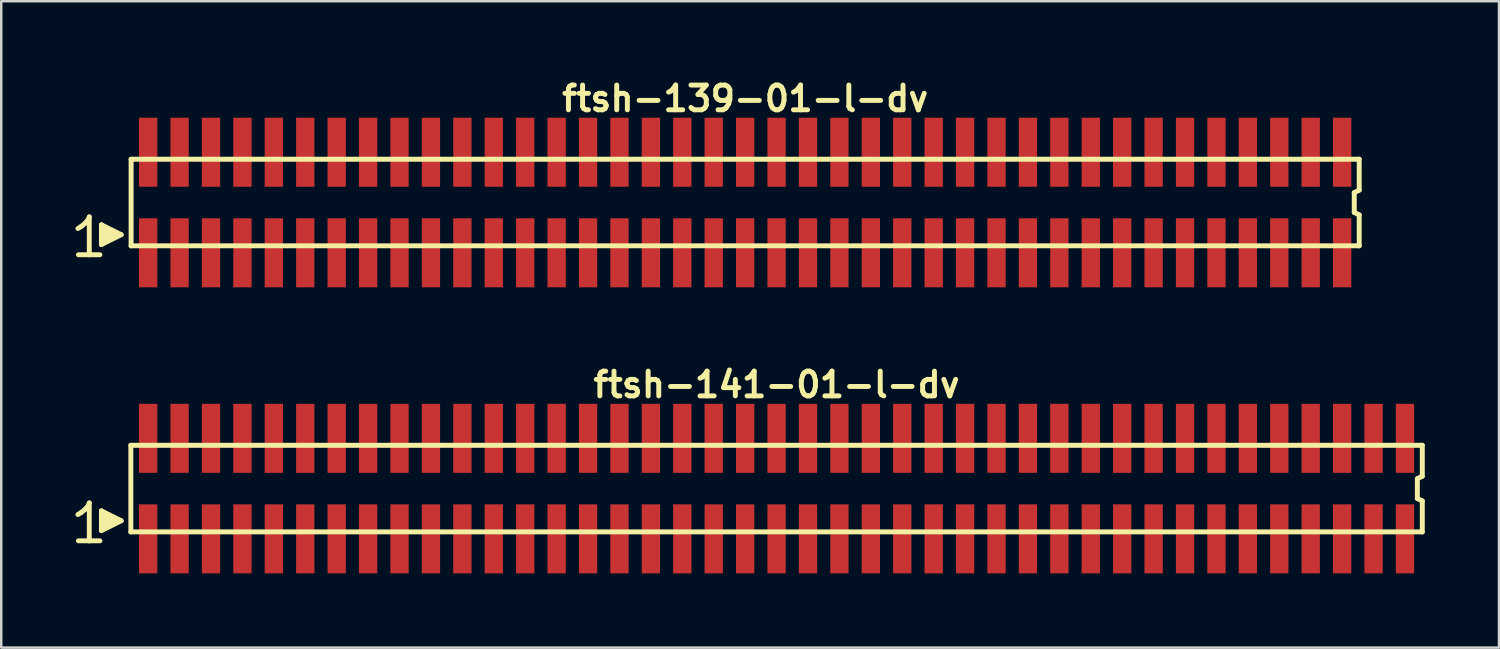
<source format=kicad_pcb>
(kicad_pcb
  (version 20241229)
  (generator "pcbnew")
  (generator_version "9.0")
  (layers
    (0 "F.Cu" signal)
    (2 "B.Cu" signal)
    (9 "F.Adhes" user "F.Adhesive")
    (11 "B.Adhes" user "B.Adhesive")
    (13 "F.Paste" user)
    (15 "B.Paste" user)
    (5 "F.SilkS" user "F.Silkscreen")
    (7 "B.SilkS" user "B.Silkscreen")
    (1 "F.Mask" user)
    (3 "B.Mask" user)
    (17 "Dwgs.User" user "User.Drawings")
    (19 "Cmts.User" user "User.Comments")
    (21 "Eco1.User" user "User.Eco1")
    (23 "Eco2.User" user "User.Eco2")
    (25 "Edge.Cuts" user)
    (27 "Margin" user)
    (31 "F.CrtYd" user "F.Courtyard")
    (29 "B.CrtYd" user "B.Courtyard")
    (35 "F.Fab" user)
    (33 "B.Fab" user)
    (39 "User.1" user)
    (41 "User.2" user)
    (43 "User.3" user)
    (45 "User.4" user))
  (footprint "ftsh-141-01-l-dv"
    (layer "F.Cu")
    (at 28.339 16.699)
    (property "Reference" "ftsh-141-01-l-dv" (at 0 -4.2 0) (layer "F.SilkS") (effects (font (size 1 1) (thickness 0.2))))
    (attr through_hole)
    (fp_line (start -28.24 1.05) (end -28.11 0.97) (stroke (width 0.198) (type solid)) (layer "F.SilkS"))
    (fp_line (start -28.11 0.97) (end -27.95 0.84) (stroke (width 0.198) (type solid)) (layer "F.SilkS"))
    (fp_line (start -27.95 0.84) (end -27.81 0.67) (stroke (width 0.198) (type solid)) (layer "F.SilkS"))
    (fp_line (start -27.81 0.67) (end -27.78 0.58) (stroke (width 0.198) (type solid)) (layer "F.SilkS"))
    (fp_line (start -27.78 0.58) (end -27.78 2.11) (stroke (width 0.198) (type solid)) (layer "F.SilkS"))
    (fp_line (start -27.78 2.11) (end -28.22 2.11) (stroke (width 0.198) (type solid)) (layer "F.SilkS"))
    (fp_line (start -27.35 2.11) (end -27.79 2.11) (stroke (width 0.198) (type solid)) (layer "F.SilkS"))
    (fp_line (start -27.29 0.9) (end -26.49 1.3) (stroke (width 0.198) (type solid)) (layer "F.SilkS"))
    (fp_line (start -27.29 1.7) (end -27.29 0.9) (stroke (width 0.198) (type solid)) (layer "F.SilkS"))
    (fp_line (start -27.19 1.6) (end -27.19 1) (stroke (width 0.198) (type solid)) (layer "F.SilkS"))
    (fp_line (start -27.09 1.1) (end -27.09 1.5) (stroke (width 0.198) (type solid)) (layer "F.SilkS"))
    (fp_line (start -26.99 1.5) (end -26.99 1.1) (stroke (width 0.198) (type solid)) (layer "F.SilkS"))
    (fp_line (start -26.89 1.2) (end -26.89 1.4) (stroke (width 0.198) (type solid)) (layer "F.SilkS"))
    (fp_line (start -26.79 1.4) (end -26.79 1.2) (stroke (width 0.198) (type solid)) (layer "F.SilkS"))
    (fp_line (start -26.49 1.3) (end -27.29 1.7) (stroke (width 0.198) (type solid)) (layer "F.SilkS"))
    (fp_line (start -26.1 -1.75) (end -26.1 1.75) (stroke (width 0.2) (type solid)) (layer "F.SilkS"))
    (fp_line (start -26.1 -1.75) (end 26.1 -1.75) (stroke (width 0.2) (type solid)) (layer "F.SilkS"))
    (fp_line (start -26.1 1.75) (end 26.1 1.75) (stroke (width 0.2) (type solid)) (layer "F.SilkS"))
    (fp_line (start 25.9 -0.4) (end 25.9 0.4) (stroke (width 0.2) (type solid)) (layer "F.SilkS"))
    (fp_line (start 25.9 0.4) (end 26.1 0.5) (stroke (width 0.2) (type solid)) (layer "F.SilkS"))
    (fp_line (start 26.1 -0.5) (end 25.9 -0.4) (stroke (width 0.2) (type solid)) (layer "F.SilkS"))
    (fp_line (start 26.1 -0.5) (end 26.1 -1.75) (stroke (width 0.2) (type solid)) (layer "F.SilkS"))
    (fp_line (start 26.1 0.5) (end 26.1 1.75) (stroke (width 0.2) (type solid)) (layer "F.SilkS"))
    (pad "1" smd rect (at -25.4 2.032) (size 0.74 2.79) (layers "F.Cu" "F.Mask" "F.Paste"))
    (pad "2" smd rect (at -25.4 -2.032) (size 0.74 2.79) (layers "F.Cu" "F.Mask" "F.Paste"))
    (pad "3" smd rect (at -24.13 2.032) (size 0.74 2.79) (layers "F.Cu" "F.Mask" "F.Paste"))
    (pad "4" smd rect (at -24.13 -2.032) (size 0.74 2.79) (layers "F.Cu" "F.Mask" "F.Paste"))
    (pad "5" smd rect (at -22.86 2.032) (size 0.74 2.79) (layers "F.Cu" "F.Mask" "F.Paste"))
    (pad "6" smd rect (at -22.86 -2.032) (size 0.74 2.79) (layers "F.Cu" "F.Mask" "F.Paste"))
    (pad "7" smd rect (at -21.59 2.032) (size 0.74 2.79) (layers "F.Cu" "F.Mask" "F.Paste"))
    (pad "8" smd rect (at -21.59 -2.032) (size 0.74 2.79) (layers "F.Cu" "F.Mask" "F.Paste"))
    (pad "9" smd rect (at -20.32 2.032) (size 0.74 2.79) (layers "F.Cu" "F.Mask" "F.Paste"))
    (pad "10" smd rect (at -20.32 -2.032) (size 0.74 2.79) (layers "F.Cu" "F.Mask" "F.Paste"))
    (pad "11" smd rect (at -19.05 2.032) (size 0.74 2.79) (layers "F.Cu" "F.Mask" "F.Paste"))
    (pad "12" smd rect (at -19.05 -2.032) (size 0.74 2.79) (layers "F.Cu" "F.Mask" "F.Paste"))
    (pad "13" smd rect (at -17.78 2.032) (size 0.74 2.79) (layers "F.Cu" "F.Mask" "F.Paste"))
    (pad "14" smd rect (at -17.78 -2.032) (size 0.74 2.79) (layers "F.Cu" "F.Mask" "F.Paste"))
    (pad "15" smd rect (at -16.51 2.032) (size 0.74 2.79) (layers "F.Cu" "F.Mask" "F.Paste"))
    (pad "16" smd rect (at -16.51 -2.032) (size 0.74 2.79) (layers "F.Cu" "F.Mask" "F.Paste"))
    (pad "17" smd rect (at -15.24 2.032) (size 0.74 2.79) (layers "F.Cu" "F.Mask" "F.Paste"))
    (pad "18" smd rect (at -15.24 -2.032) (size 0.74 2.79) (layers "F.Cu" "F.Mask" "F.Paste"))
    (pad "19" smd rect (at -13.97 2.032) (size 0.74 2.79) (layers "F.Cu" "F.Mask" "F.Paste"))
    (pad "20" smd rect (at -13.97 -2.032) (size 0.74 2.79) (layers "F.Cu" "F.Mask" "F.Paste"))
    (pad "21" smd rect (at -12.7 2.032) (size 0.74 2.79) (layers "F.Cu" "F.Mask" "F.Paste"))
    (pad "22" smd rect (at -12.7 -2.032) (size 0.74 2.79) (layers "F.Cu" "F.Mask" "F.Paste"))
    (pad "23" smd rect (at -11.43 2.032) (size 0.74 2.79) (layers "F.Cu" "F.Mask" "F.Paste"))
    (pad "24" smd rect (at -11.43 -2.032) (size 0.74 2.79) (layers "F.Cu" "F.Mask" "F.Paste"))
    (pad "25" smd rect (at -10.16 2.032) (size 0.74 2.79) (layers "F.Cu" "F.Mask" "F.Paste"))
    (pad "26" smd rect (at -10.16 -2.032) (size 0.74 2.79) (layers "F.Cu" "F.Mask" "F.Paste"))
    (pad "27" smd rect (at -8.89 2.032) (size 0.74 2.79) (layers "F.Cu" "F.Mask" "F.Paste"))
    (pad "28" smd rect (at -8.89 -2.032) (size 0.74 2.79) (layers "F.Cu" "F.Mask" "F.Paste"))
    (pad "29" smd rect (at -7.62 2.032) (size 0.74 2.79) (layers "F.Cu" "F.Mask" "F.Paste"))
    (pad "30" smd rect (at -7.62 -2.032) (size 0.74 2.79) (layers "F.Cu" "F.Mask" "F.Paste"))
    (pad "31" smd rect (at -6.35 2.032) (size 0.74 2.79) (layers "F.Cu" "F.Mask" "F.Paste"))
    (pad "32" smd rect (at -6.35 -2.032) (size 0.74 2.79) (layers "F.Cu" "F.Mask" "F.Paste"))
    (pad "33" smd rect (at -5.08 2.032) (size 0.74 2.79) (layers "F.Cu" "F.Mask" "F.Paste"))
    (pad "34" smd rect (at -5.08 -2.032) (size 0.74 2.79) (layers "F.Cu" "F.Mask" "F.Paste"))
    (pad "35" smd rect (at -3.81 2.032) (size 0.74 2.79) (layers "F.Cu" "F.Mask" "F.Paste"))
    (pad "36" smd rect (at -3.81 -2.032) (size 0.74 2.79) (layers "F.Cu" "F.Mask" "F.Paste"))
    (pad "37" smd rect (at -2.54 2.032) (size 0.74 2.79) (layers "F.Cu" "F.Mask" "F.Paste"))
    (pad "38" smd rect (at -2.54 -2.032) (size 0.74 2.79) (layers "F.Cu" "F.Mask" "F.Paste"))
    (pad "39" smd rect (at -1.27 2.032) (size 0.74 2.79) (layers "F.Cu" "F.Mask" "F.Paste"))
    (pad "40" smd rect (at -1.27 -2.032) (size 0.74 2.79) (layers "F.Cu" "F.Mask" "F.Paste"))
    (pad "41" smd rect (at 0 2.032) (size 0.74 2.79) (layers "F.Cu" "F.Mask" "F.Paste"))
    (pad "42" smd rect (at 0 -2.032) (size 0.74 2.79) (layers "F.Cu" "F.Mask" "F.Paste"))
    (pad "43" smd rect (at 1.27 2.032) (size 0.74 2.79) (layers "F.Cu" "F.Mask" "F.Paste"))
    (pad "44" smd rect (at 1.27 -2.032) (size 0.74 2.79) (layers "F.Cu" "F.Mask" "F.Paste"))
    (pad "45" smd rect (at 2.54 2.032) (size 0.74 2.79) (layers "F.Cu" "F.Mask" "F.Paste"))
    (pad "46" smd rect (at 2.54 -2.032) (size 0.74 2.79) (layers "F.Cu" "F.Mask" "F.Paste"))
    (pad "47" smd rect (at 3.81 2.032) (size 0.74 2.79) (layers "F.Cu" "F.Mask" "F.Paste"))
    (pad "48" smd rect (at 3.81 -2.032) (size 0.74 2.79) (layers "F.Cu" "F.Mask" "F.Paste"))
    (pad "49" smd rect (at 5.08 2.032) (size 0.74 2.79) (layers "F.Cu" "F.Mask" "F.Paste"))
    (pad "50" smd rect (at 5.08 -2.032) (size 0.74 2.79) (layers "F.Cu" "F.Mask" "F.Paste"))
    (pad "51" smd rect (at 6.35 2.032) (size 0.74 2.79) (layers "F.Cu" "F.Mask" "F.Paste"))
    (pad "52" smd rect (at 6.35 -2.032) (size 0.74 2.79) (layers "F.Cu" "F.Mask" "F.Paste"))
    (pad "53" smd rect (at 7.62 2.032) (size 0.74 2.79) (layers "F.Cu" "F.Mask" "F.Paste"))
    (pad "54" smd rect (at 7.62 -2.032) (size 0.74 2.79) (layers "F.Cu" "F.Mask" "F.Paste"))
    (pad "55" smd rect (at 8.89 2.032) (size 0.74 2.79) (layers "F.Cu" "F.Mask" "F.Paste"))
    (pad "56" smd rect (at 8.89 -2.032) (size 0.74 2.79) (layers "F.Cu" "F.Mask" "F.Paste"))
    (pad "57" smd rect (at 10.16 2.032) (size 0.74 2.79) (layers "F.Cu" "F.Mask" "F.Paste"))
    (pad "58" smd rect (at 10.16 -2.032) (size 0.74 2.79) (layers "F.Cu" "F.Mask" "F.Paste"))
    (pad "59" smd rect (at 11.43 2.032) (size 0.74 2.79) (layers "F.Cu" "F.Mask" "F.Paste"))
    (pad "60" smd rect (at 11.43 -2.032) (size 0.74 2.79) (layers "F.Cu" "F.Mask" "F.Paste"))
    (pad "61" smd rect (at 12.7 2.032) (size 0.74 2.79) (layers "F.Cu" "F.Mask" "F.Paste"))
    (pad "62" smd rect (at 12.7 -2.032) (size 0.74 2.79) (layers "F.Cu" "F.Mask" "F.Paste"))
    (pad "63" smd rect (at 13.97 2.032) (size 0.74 2.79) (layers "F.Cu" "F.Mask" "F.Paste"))
    (pad "64" smd rect (at 13.97 -2.032) (size 0.74 2.79) (layers "F.Cu" "F.Mask" "F.Paste"))
    (pad "65" smd rect (at 15.24 2.032) (size 0.74 2.79) (layers "F.Cu" "F.Mask" "F.Paste"))
    (pad "66" smd rect (at 15.24 -2.032) (size 0.74 2.79) (layers "F.Cu" "F.Mask" "F.Paste"))
    (pad "67" smd rect (at 16.51 2.032) (size 0.74 2.79) (layers "F.Cu" "F.Mask" "F.Paste"))
    (pad "68" smd rect (at 16.51 -2.032) (size 0.74 2.79) (layers "F.Cu" "F.Mask" "F.Paste"))
    (pad "69" smd rect (at 17.78 2.032) (size 0.74 2.79) (layers "F.Cu" "F.Mask" "F.Paste"))
    (pad "70" smd rect (at 17.78 -2.032) (size 0.74 2.79) (layers "F.Cu" "F.Mask" "F.Paste"))
    (pad "71" smd rect (at 19.05 2.032) (size 0.74 2.79) (layers "F.Cu" "F.Mask" "F.Paste"))
    (pad "72" smd rect (at 19.05 -2.032) (size 0.74 2.79) (layers "F.Cu" "F.Mask" "F.Paste"))
    (pad "73" smd rect (at 20.32 2.032) (size 0.74 2.79) (layers "F.Cu" "F.Mask" "F.Paste"))
    (pad "74" smd rect (at 20.32 -2.032) (size 0.74 2.79) (layers "F.Cu" "F.Mask" "F.Paste"))
    (pad "75" smd rect (at 21.59 2.032) (size 0.74 2.79) (layers "F.Cu" "F.Mask" "F.Paste"))
    (pad "76" smd rect (at 21.59 -2.032) (size 0.74 2.79) (layers "F.Cu" "F.Mask" "F.Paste"))
    (pad "77" smd rect (at 22.86 2.032) (size 0.74 2.79) (layers "F.Cu" "F.Mask" "F.Paste"))
    (pad "78" smd rect (at 22.86 -2.032) (size 0.74 2.79) (layers "F.Cu" "F.Mask" "F.Paste"))
    (pad "79" smd rect (at 24.13 2.032) (size 0.74 2.79) (layers "F.Cu" "F.Mask" "F.Paste"))
    (pad "80" smd rect (at 24.13 -2.032) (size 0.74 2.79) (layers "F.Cu" "F.Mask" "F.Paste"))
    (pad "81" smd rect (at 25.4 2.032) (size 0.74 2.79) (layers "F.Cu" "F.Mask" "F.Paste"))
    (pad "82" smd rect (at 25.4 -2.032) (size 0.74 2.79) (layers "F.Cu" "F.Mask" "F.Paste")))
  (footprint "ftsh-139-01-l-dv"
    (layer "F.Cu")
    (at 27.069 5.136)
    (property "Reference" "ftsh-139-01-l-dv" (at 0 -4.2 0) (layer "F.SilkS") (effects (font (size 1 1) (thickness 0.2))))
    (attr through_hole)
    (fp_line (start -26.97 1.05) (end -26.84 0.97) (stroke (width 0.198) (type solid)) (layer "F.SilkS"))
    (fp_line (start -26.84 0.97) (end -26.68 0.84) (stroke (width 0.198) (type solid)) (layer "F.SilkS"))
    (fp_line (start -26.68 0.84) (end -26.54 0.67) (stroke (width 0.198) (type solid)) (layer "F.SilkS"))
    (fp_line (start -26.54 0.67) (end -26.51 0.58) (stroke (width 0.198) (type solid)) (layer "F.SilkS"))
    (fp_line (start -26.51 0.58) (end -26.51 2.11) (stroke (width 0.198) (type solid)) (layer "F.SilkS"))
    (fp_line (start -26.51 2.11) (end -26.95 2.11) (stroke (width 0.198) (type solid)) (layer "F.SilkS"))
    (fp_line (start -26.08 2.11) (end -26.52 2.11) (stroke (width 0.198) (type solid)) (layer "F.SilkS"))
    (fp_line (start -26.02 0.9) (end -25.22 1.3) (stroke (width 0.198) (type solid)) (layer "F.SilkS"))
    (fp_line (start -26.02 1.7) (end -26.02 0.9) (stroke (width 0.198) (type solid)) (layer "F.SilkS"))
    (fp_line (start -25.92 1.6) (end -25.92 1) (stroke (width 0.198) (type solid)) (layer "F.SilkS"))
    (fp_line (start -25.82 1.1) (end -25.82 1.5) (stroke (width 0.198) (type solid)) (layer "F.SilkS"))
    (fp_line (start -25.72 1.5) (end -25.72 1.1) (stroke (width 0.198) (type solid)) (layer "F.SilkS"))
    (fp_line (start -25.62 1.2) (end -25.62 1.4) (stroke (width 0.198) (type solid)) (layer "F.SilkS"))
    (fp_line (start -25.52 1.4) (end -25.52 1.2) (stroke (width 0.198) (type solid)) (layer "F.SilkS"))
    (fp_line (start -25.22 1.3) (end -26.02 1.7) (stroke (width 0.198) (type solid)) (layer "F.SilkS"))
    (fp_line (start -24.82 -1.75) (end -24.82 1.75) (stroke (width 0.2) (type solid)) (layer "F.SilkS"))
    (fp_line (start -24.82 -1.75) (end 24.82 -1.75) (stroke (width 0.2) (type solid)) (layer "F.SilkS"))
    (fp_line (start -24.82 1.75) (end 24.82 1.75) (stroke (width 0.2) (type solid)) (layer "F.SilkS"))
    (fp_line (start 24.62 -0.4) (end 24.62 0.4) (stroke (width 0.2) (type solid)) (layer "F.SilkS"))
    (fp_line (start 24.62 0.4) (end 24.82 0.5) (stroke (width 0.2) (type solid)) (layer "F.SilkS"))
    (fp_line (start 24.82 -0.5) (end 24.62 -0.4) (stroke (width 0.2) (type solid)) (layer "F.SilkS"))
    (fp_line (start 24.82 -0.5) (end 24.82 -1.75) (stroke (width 0.2) (type solid)) (layer "F.SilkS"))
    (fp_line (start 24.82 0.5) (end 24.82 1.75) (stroke (width 0.2) (type solid)) (layer "F.SilkS"))
    (pad "1" smd rect (at -24.13 2.032) (size 0.74 2.79) (layers "F.Cu" "F.Mask" "F.Paste"))
    (pad "2" smd rect (at -24.13 -2.032) (size 0.74 2.79) (layers "F.Cu" "F.Mask" "F.Paste"))
    (pad "3" smd rect (at -22.86 2.032) (size 0.74 2.79) (layers "F.Cu" "F.Mask" "F.Paste"))
    (pad "4" smd rect (at -22.86 -2.032) (size 0.74 2.79) (layers "F.Cu" "F.Mask" "F.Paste"))
    (pad "5" smd rect (at -21.59 2.032) (size 0.74 2.79) (layers "F.Cu" "F.Mask" "F.Paste"))
    (pad "6" smd rect (at -21.59 -2.032) (size 0.74 2.79) (layers "F.Cu" "F.Mask" "F.Paste"))
    (pad "7" smd rect (at -20.32 2.032) (size 0.74 2.79) (layers "F.Cu" "F.Mask" "F.Paste"))
    (pad "8" smd rect (at -20.32 -2.032) (size 0.74 2.79) (layers "F.Cu" "F.Mask" "F.Paste"))
    (pad "9" smd rect (at -19.05 2.032) (size 0.74 2.79) (layers "F.Cu" "F.Mask" "F.Paste"))
    (pad "10" smd rect (at -19.05 -2.032) (size 0.74 2.79) (layers "F.Cu" "F.Mask" "F.Paste"))
    (pad "11" smd rect (at -17.78 2.032) (size 0.74 2.79) (layers "F.Cu" "F.Mask" "F.Paste"))
    (pad "12" smd rect (at -17.78 -2.032) (size 0.74 2.79) (layers "F.Cu" "F.Mask" "F.Paste"))
    (pad "13" smd rect (at -16.51 2.032) (size 0.74 2.79) (layers "F.Cu" "F.Mask" "F.Paste"))
    (pad "14" smd rect (at -16.51 -2.032) (size 0.74 2.79) (layers "F.Cu" "F.Mask" "F.Paste"))
    (pad "15" smd rect (at -15.24 2.032) (size 0.74 2.79) (layers "F.Cu" "F.Mask" "F.Paste"))
    (pad "16" smd rect (at -15.24 -2.032) (size 0.74 2.79) (layers "F.Cu" "F.Mask" "F.Paste"))
    (pad "17" smd rect (at -13.97 2.032) (size 0.74 2.79) (layers "F.Cu" "F.Mask" "F.Paste"))
    (pad "18" smd rect (at -13.97 -2.032) (size 0.74 2.79) (layers "F.Cu" "F.Mask" "F.Paste"))
    (pad "19" smd rect (at -12.7 2.032) (size 0.74 2.79) (layers "F.Cu" "F.Mask" "F.Paste"))
    (pad "20" smd rect (at -12.7 -2.032) (size 0.74 2.79) (layers "F.Cu" "F.Mask" "F.Paste"))
    (pad "21" smd rect (at -11.43 2.032) (size 0.74 2.79) (layers "F.Cu" "F.Mask" "F.Paste"))
    (pad "22" smd rect (at -11.43 -2.032) (size 0.74 2.79) (layers "F.Cu" "F.Mask" "F.Paste"))
    (pad "23" smd rect (at -10.16 2.032) (size 0.74 2.79) (layers "F.Cu" "F.Mask" "F.Paste"))
    (pad "24" smd rect (at -10.16 -2.032) (size 0.74 2.79) (layers "F.Cu" "F.Mask" "F.Paste"))
    (pad "25" smd rect (at -8.89 2.032) (size 0.74 2.79) (layers "F.Cu" "F.Mask" "F.Paste"))
    (pad "26" smd rect (at -8.89 -2.032) (size 0.74 2.79) (layers "F.Cu" "F.Mask" "F.Paste"))
    (pad "27" smd rect (at -7.62 2.032) (size 0.74 2.79) (layers "F.Cu" "F.Mask" "F.Paste"))
    (pad "28" smd rect (at -7.62 -2.032) (size 0.74 2.79) (layers "F.Cu" "F.Mask" "F.Paste"))
    (pad "29" smd rect (at -6.35 2.032) (size 0.74 2.79) (layers "F.Cu" "F.Mask" "F.Paste"))
    (pad "30" smd rect (at -6.35 -2.032) (size 0.74 2.79) (layers "F.Cu" "F.Mask" "F.Paste"))
    (pad "31" smd rect (at -5.08 2.032) (size 0.74 2.79) (layers "F.Cu" "F.Mask" "F.Paste"))
    (pad "32" smd rect (at -5.08 -2.032) (size 0.74 2.79) (layers "F.Cu" "F.Mask" "F.Paste"))
    (pad "33" smd rect (at -3.81 2.032) (size 0.74 2.79) (layers "F.Cu" "F.Mask" "F.Paste"))
    (pad "34" smd rect (at -3.81 -2.032) (size 0.74 2.79) (layers "F.Cu" "F.Mask" "F.Paste"))
    (pad "35" smd rect (at -2.54 2.032) (size 0.74 2.79) (layers "F.Cu" "F.Mask" "F.Paste"))
    (pad "36" smd rect (at -2.54 -2.032) (size 0.74 2.79) (layers "F.Cu" "F.Mask" "F.Paste"))
    (pad "37" smd rect (at -1.27 2.032) (size 0.74 2.79) (layers "F.Cu" "F.Mask" "F.Paste"))
    (pad "38" smd rect (at -1.27 -2.032) (size 0.74 2.79) (layers "F.Cu" "F.Mask" "F.Paste"))
    (pad "39" smd rect (at 0 2.032) (size 0.74 2.79) (layers "F.Cu" "F.Mask" "F.Paste"))
    (pad "40" smd rect (at 0 -2.032) (size 0.74 2.79) (layers "F.Cu" "F.Mask" "F.Paste"))
    (pad "41" smd rect (at 1.27 2.032) (size 0.74 2.79) (layers "F.Cu" "F.Mask" "F.Paste"))
    (pad "42" smd rect (at 1.27 -2.032) (size 0.74 2.79) (layers "F.Cu" "F.Mask" "F.Paste"))
    (pad "43" smd rect (at 2.54 2.032) (size 0.74 2.79) (layers "F.Cu" "F.Mask" "F.Paste"))
    (pad "44" smd rect (at 2.54 -2.032) (size 0.74 2.79) (layers "F.Cu" "F.Mask" "F.Paste"))
    (pad "45" smd rect (at 3.81 2.032) (size 0.74 2.79) (layers "F.Cu" "F.Mask" "F.Paste"))
    (pad "46" smd rect (at 3.81 -2.032) (size 0.74 2.79) (layers "F.Cu" "F.Mask" "F.Paste"))
    (pad "47" smd rect (at 5.08 2.032) (size 0.74 2.79) (layers "F.Cu" "F.Mask" "F.Paste"))
    (pad "48" smd rect (at 5.08 -2.032) (size 0.74 2.79) (layers "F.Cu" "F.Mask" "F.Paste"))
    (pad "49" smd rect (at 6.35 2.032) (size 0.74 2.79) (layers "F.Cu" "F.Mask" "F.Paste"))
    (pad "50" smd rect (at 6.35 -2.032) (size 0.74 2.79) (layers "F.Cu" "F.Mask" "F.Paste"))
    (pad "51" smd rect (at 7.62 2.032) (size 0.74 2.79) (layers "F.Cu" "F.Mask" "F.Paste"))
    (pad "52" smd rect (at 7.62 -2.032) (size 0.74 2.79) (layers "F.Cu" "F.Mask" "F.Paste"))
    (pad "53" smd rect (at 8.89 2.032) (size 0.74 2.79) (layers "F.Cu" "F.Mask" "F.Paste"))
    (pad "54" smd rect (at 8.89 -2.032) (size 0.74 2.79) (layers "F.Cu" "F.Mask" "F.Paste"))
    (pad "55" smd rect (at 10.16 2.032) (size 0.74 2.79) (layers "F.Cu" "F.Mask" "F.Paste"))
    (pad "56" smd rect (at 10.16 -2.032) (size 0.74 2.79) (layers "F.Cu" "F.Mask" "F.Paste"))
    (pad "57" smd rect (at 11.43 2.032) (size 0.74 2.79) (layers "F.Cu" "F.Mask" "F.Paste"))
    (pad "58" smd rect (at 11.43 -2.032) (size 0.74 2.79) (layers "F.Cu" "F.Mask" "F.Paste"))
    (pad "59" smd rect (at 12.7 2.032) (size 0.74 2.79) (layers "F.Cu" "F.Mask" "F.Paste"))
    (pad "60" smd rect (at 12.7 -2.032) (size 0.74 2.79) (layers "F.Cu" "F.Mask" "F.Paste"))
    (pad "61" smd rect (at 13.97 2.032) (size 0.74 2.79) (layers "F.Cu" "F.Mask" "F.Paste"))
    (pad "62" smd rect (at 13.97 -2.032) (size 0.74 2.79) (layers "F.Cu" "F.Mask" "F.Paste"))
    (pad "63" smd rect (at 15.24 2.032) (size 0.74 2.79) (layers "F.Cu" "F.Mask" "F.Paste"))
    (pad "64" smd rect (at 15.24 -2.032) (size 0.74 2.79) (layers "F.Cu" "F.Mask" "F.Paste"))
    (pad "65" smd rect (at 16.51 2.032) (size 0.74 2.79) (layers "F.Cu" "F.Mask" "F.Paste"))
    (pad "66" smd rect (at 16.51 -2.032) (size 0.74 2.79) (layers "F.Cu" "F.Mask" "F.Paste"))
    (pad "67" smd rect (at 17.78 2.032) (size 0.74 2.79) (layers "F.Cu" "F.Mask" "F.Paste"))
    (pad "68" smd rect (at 17.78 -2.032) (size 0.74 2.79) (layers "F.Cu" "F.Mask" "F.Paste"))
    (pad "69" smd rect (at 19.05 2.032) (size 0.74 2.79) (layers "F.Cu" "F.Mask" "F.Paste"))
    (pad "70" smd rect (at 19.05 -2.032) (size 0.74 2.79) (layers "F.Cu" "F.Mask" "F.Paste"))
    (pad "71" smd rect (at 20.32 2.032) (size 0.74 2.79) (layers "F.Cu" "F.Mask" "F.Paste"))
    (pad "72" smd rect (at 20.32 -2.032) (size 0.74 2.79) (layers "F.Cu" "F.Mask" "F.Paste"))
    (pad "73" smd rect (at 21.59 2.032) (size 0.74 2.79) (layers "F.Cu" "F.Mask" "F.Paste"))
    (pad "74" smd rect (at 21.59 -2.032) (size 0.74 2.79) (layers "F.Cu" "F.Mask" "F.Paste"))
    (pad "75" smd rect (at 22.86 2.032) (size 0.74 2.79) (layers "F.Cu" "F.Mask" "F.Paste"))
    (pad "76" smd rect (at 22.86 -2.032) (size 0.74 2.79) (layers "F.Cu" "F.Mask" "F.Paste"))
    (pad "77" smd rect (at 24.13 2.032) (size 0.74 2.79) (layers "F.Cu" "F.Mask" "F.Paste"))
    (pad "78" smd rect (at 24.13 -2.032) (size 0.74 2.79) (layers "F.Cu" "F.Mask" "F.Paste")))
  (gr_rect
    (start -3 -3)
    (end 57.539 23.126)
    (stroke (width 0.1) (type default))
    (fill no)
    (layer "Edge.Cuts")))
</source>
